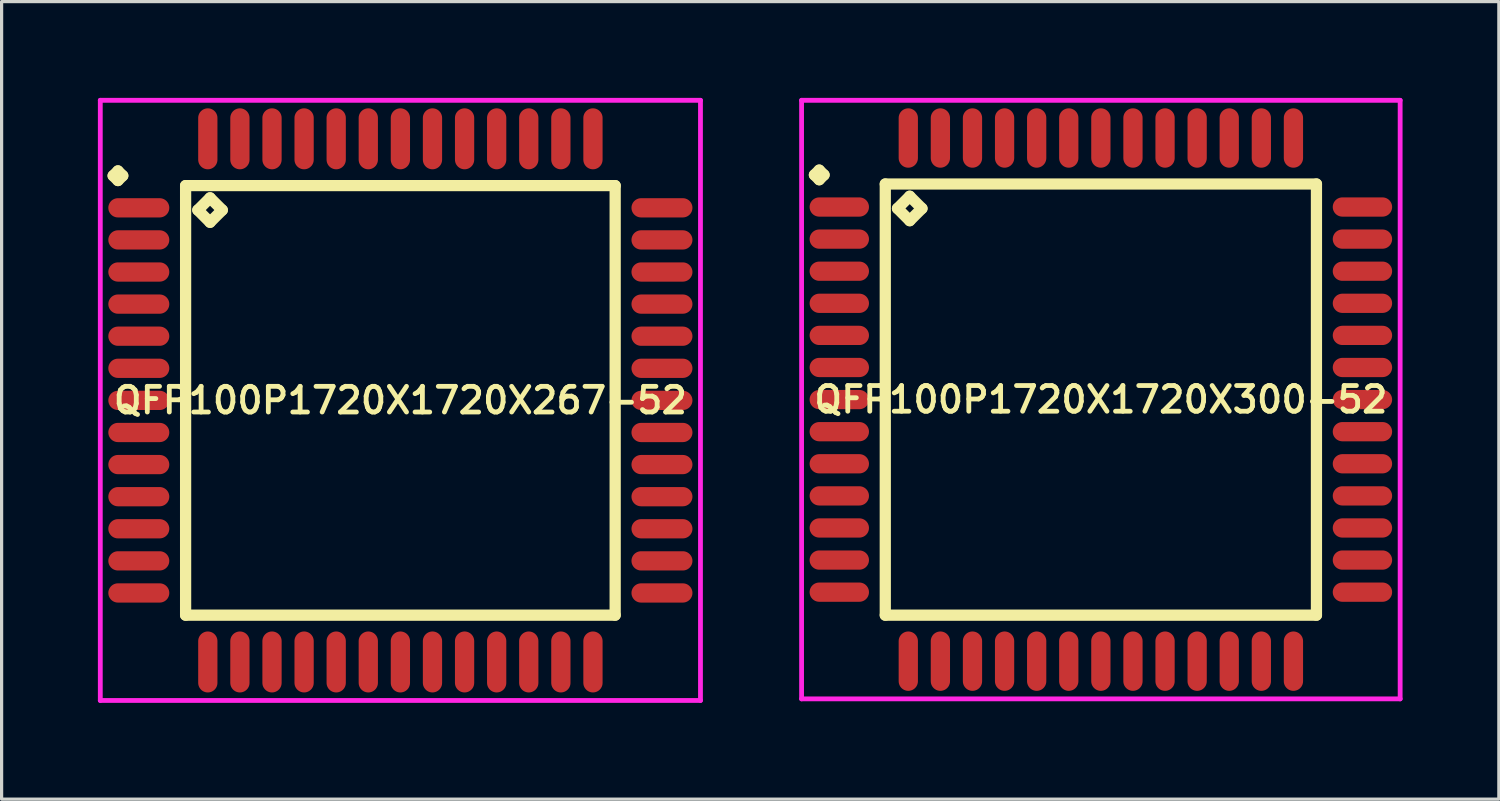
<source format=kicad_pcb>
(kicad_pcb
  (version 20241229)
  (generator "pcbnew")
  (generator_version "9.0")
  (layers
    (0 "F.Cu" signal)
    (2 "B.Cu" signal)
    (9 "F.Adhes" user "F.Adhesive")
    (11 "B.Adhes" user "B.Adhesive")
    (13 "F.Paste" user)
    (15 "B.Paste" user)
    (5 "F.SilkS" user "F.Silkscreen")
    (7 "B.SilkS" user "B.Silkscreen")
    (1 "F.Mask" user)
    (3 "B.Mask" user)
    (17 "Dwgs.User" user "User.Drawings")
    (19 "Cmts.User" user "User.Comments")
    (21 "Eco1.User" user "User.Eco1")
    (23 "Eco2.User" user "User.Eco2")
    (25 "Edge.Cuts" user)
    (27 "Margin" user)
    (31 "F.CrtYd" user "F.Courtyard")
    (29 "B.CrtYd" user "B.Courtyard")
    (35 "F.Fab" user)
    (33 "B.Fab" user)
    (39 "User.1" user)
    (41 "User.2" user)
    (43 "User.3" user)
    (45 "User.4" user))
  (footprint "QFP100P1720X1720X300-52"
    (layer "F.Cu")
    (at 31.25 9.4)
    (property "Reference" "QFP100P1720X1720X300-52" (at 0 0 0) (layer "F.SilkS") (effects (font (size 0.8 0.8) (thickness 0.15))))
    (attr smd)
    (fp_line (start -8.925 -7) (end -8.775 -7.15) (stroke (width 0.35) (type solid)) (layer "F.SilkS"))
    (fp_line (start -8.775 -7.15) (end -8.625 -7) (stroke (width 0.35) (type solid)) (layer "F.SilkS"))
    (fp_line (start -8.775 -6.85) (end -8.925 -7) (stroke (width 0.35) (type solid)) (layer "F.SilkS"))
    (fp_line (start -8.625 -7) (end -8.775 -6.85) (stroke (width 0.35) (type solid)) (layer "F.SilkS"))
    (fp_line (start -6.717 -6.717) (end -6.717 6.717) (stroke (width 0.35) (type solid)) (layer "F.SilkS"))
    (fp_line (start -6.717 6.717) (end 6.717 6.717) (stroke (width 0.35) (type solid)) (layer "F.SilkS"))
    (fp_line (start -6.336 -5.955) (end -5.955 -6.336) (stroke (width 0.35) (type solid)) (layer "F.SilkS"))
    (fp_line (start -5.955 -6.336) (end -5.574 -5.955) (stroke (width 0.35) (type solid)) (layer "F.SilkS"))
    (fp_line (start -5.955 -5.574) (end -6.336 -5.955) (stroke (width 0.35) (type solid)) (layer "F.SilkS"))
    (fp_line (start -5.574 -5.955) (end -5.955 -5.574) (stroke (width 0.35) (type solid)) (layer "F.SilkS"))
    (fp_line (start 6.717 -6.717) (end -6.717 -6.717) (stroke (width 0.35) (type solid)) (layer "F.SilkS"))
    (fp_line (start 6.717 6.717) (end 6.717 -6.717) (stroke (width 0.35) (type solid)) (layer "F.SilkS"))
    (fp_line (start -9.325 -9.325) (end 9.325 -9.325) (stroke (width 0.15) (type solid)) (layer "F.CrtYd"))
    (fp_line (start -9.325 9.325) (end -9.325 -9.325) (stroke (width 0.15) (type solid)) (layer "F.CrtYd"))
    (fp_line (start 9.325 -9.325) (end 9.325 9.325) (stroke (width 0.15) (type solid)) (layer "F.CrtYd"))
    (fp_line (start 9.325 9.325) (end -9.325 9.325) (stroke (width 0.15) (type solid)) (layer "F.CrtYd"))
    (pad "1" smd oval (at -8.15 -6) (size 1.85 0.6) (layers "F.Cu" "F.Mask" "F.Paste"))
    (pad "2" smd oval (at -8.15 -5) (size 1.85 0.6) (layers "F.Cu" "F.Mask" "F.Paste"))
    (pad "3" smd oval (at -8.15 -4) (size 1.85 0.6) (layers "F.Cu" "F.Mask" "F.Paste"))
    (pad "4" smd oval (at -8.15 -3) (size 1.85 0.6) (layers "F.Cu" "F.Mask" "F.Paste"))
    (pad "5" smd oval (at -8.15 -2) (size 1.85 0.6) (layers "F.Cu" "F.Mask" "F.Paste"))
    (pad "6" smd oval (at -8.15 -1) (size 1.85 0.6) (layers "F.Cu" "F.Mask" "F.Paste"))
    (pad "7" smd oval (at -8.15 0) (size 1.85 0.6) (layers "F.Cu" "F.Mask" "F.Paste"))
    (pad "8" smd oval (at -8.15 1) (size 1.85 0.6) (layers "F.Cu" "F.Mask" "F.Paste"))
    (pad "9" smd oval (at -8.15 2) (size 1.85 0.6) (layers "F.Cu" "F.Mask" "F.Paste"))
    (pad "10" smd oval (at -8.15 3) (size 1.85 0.6) (layers "F.Cu" "F.Mask" "F.Paste"))
    (pad "11" smd oval (at -8.15 4) (size 1.85 0.6) (layers "F.Cu" "F.Mask" "F.Paste"))
    (pad "12" smd oval (at -8.15 5) (size 1.85 0.6) (layers "F.Cu" "F.Mask" "F.Paste"))
    (pad "13" smd oval (at -8.15 6) (size 1.85 0.6) (layers "F.Cu" "F.Mask" "F.Paste"))
    (pad "14" smd oval (at -6 8.15) (size 0.6 1.85) (layers "F.Cu" "F.Mask" "F.Paste"))
    (pad "15" smd oval (at -5 8.15) (size 0.6 1.85) (layers "F.Cu" "F.Mask" "F.Paste"))
    (pad "16" smd oval (at -4 8.15) (size 0.6 1.85) (layers "F.Cu" "F.Mask" "F.Paste"))
    (pad "17" smd oval (at -3 8.15) (size 0.6 1.85) (layers "F.Cu" "F.Mask" "F.Paste"))
    (pad "18" smd oval (at -2 8.15) (size 0.6 1.85) (layers "F.Cu" "F.Mask" "F.Paste"))
    (pad "19" smd oval (at -1 8.15) (size 0.6 1.85) (layers "F.Cu" "F.Mask" "F.Paste"))
    (pad "20" smd oval (at 0 8.15) (size 0.6 1.85) (layers "F.Cu" "F.Mask" "F.Paste"))
    (pad "21" smd oval (at 1 8.15) (size 0.6 1.85) (layers "F.Cu" "F.Mask" "F.Paste"))
    (pad "22" smd oval (at 2 8.15) (size 0.6 1.85) (layers "F.Cu" "F.Mask" "F.Paste"))
    (pad "23" smd oval (at 3 8.15) (size 0.6 1.85) (layers "F.Cu" "F.Mask" "F.Paste"))
    (pad "24" smd oval (at 4 8.15) (size 0.6 1.85) (layers "F.Cu" "F.Mask" "F.Paste"))
    (pad "25" smd oval (at 5 8.15) (size 0.6 1.85) (layers "F.Cu" "F.Mask" "F.Paste"))
    (pad "26" smd oval (at 6 8.15) (size 0.6 1.85) (layers "F.Cu" "F.Mask" "F.Paste"))
    (pad "27" smd oval (at 8.15 6) (size 1.85 0.6) (layers "F.Cu" "F.Mask" "F.Paste"))
    (pad "28" smd oval (at 8.15 5) (size 1.85 0.6) (layers "F.Cu" "F.Mask" "F.Paste"))
    (pad "29" smd oval (at 8.15 4) (size 1.85 0.6) (layers "F.Cu" "F.Mask" "F.Paste"))
    (pad "30" smd oval (at 8.15 3) (size 1.85 0.6) (layers "F.Cu" "F.Mask" "F.Paste"))
    (pad "31" smd oval (at 8.15 2) (size 1.85 0.6) (layers "F.Cu" "F.Mask" "F.Paste"))
    (pad "32" smd oval (at 8.15 1) (size 1.85 0.6) (layers "F.Cu" "F.Mask" "F.Paste"))
    (pad "33" smd oval (at 8.15 0) (size 1.85 0.6) (layers "F.Cu" "F.Mask" "F.Paste"))
    (pad "34" smd oval (at 8.15 -1) (size 1.85 0.6) (layers "F.Cu" "F.Mask" "F.Paste"))
    (pad "35" smd oval (at 8.15 -2) (size 1.85 0.6) (layers "F.Cu" "F.Mask" "F.Paste"))
    (pad "36" smd oval (at 8.15 -3) (size 1.85 0.6) (layers "F.Cu" "F.Mask" "F.Paste"))
    (pad "37" smd oval (at 8.15 -4) (size 1.85 0.6) (layers "F.Cu" "F.Mask" "F.Paste"))
    (pad "38" smd oval (at 8.15 -5) (size 1.85 0.6) (layers "F.Cu" "F.Mask" "F.Paste"))
    (pad "39" smd oval (at 8.15 -6) (size 1.85 0.6) (layers "F.Cu" "F.Mask" "F.Paste"))
    (pad "40" smd oval (at 6 -8.15) (size 0.6 1.85) (layers "F.Cu" "F.Mask" "F.Paste"))
    (pad "41" smd oval (at 5 -8.15) (size 0.6 1.85) (layers "F.Cu" "F.Mask" "F.Paste"))
    (pad "42" smd oval (at 4 -8.15) (size 0.6 1.85) (layers "F.Cu" "F.Mask" "F.Paste"))
    (pad "43" smd oval (at 3 -8.15) (size 0.6 1.85) (layers "F.Cu" "F.Mask" "F.Paste"))
    (pad "44" smd oval (at 2 -8.15) (size 0.6 1.85) (layers "F.Cu" "F.Mask" "F.Paste"))
    (pad "45" smd oval (at 1 -8.15) (size 0.6 1.85) (layers "F.Cu" "F.Mask" "F.Paste"))
    (pad "46" smd oval (at 0 -8.15) (size 0.6 1.85) (layers "F.Cu" "F.Mask" "F.Paste"))
    (pad "47" smd oval (at -1 -8.15) (size 0.6 1.85) (layers "F.Cu" "F.Mask" "F.Paste"))
    (pad "48" smd oval (at -2 -8.15) (size 0.6 1.85) (layers "F.Cu" "F.Mask" "F.Paste"))
    (pad "49" smd oval (at -3 -8.15) (size 0.6 1.85) (layers "F.Cu" "F.Mask" "F.Paste"))
    (pad "50" smd oval (at -4 -8.15) (size 0.6 1.85) (layers "F.Cu" "F.Mask" "F.Paste"))
    (pad "51" smd oval (at -5 -8.15) (size 0.6 1.85) (layers "F.Cu" "F.Mask" "F.Paste"))
    (pad "52" smd oval (at -6 -8.15) (size 0.6 1.85) (layers "F.Cu" "F.Mask" "F.Paste")))
  (footprint "QFP100P1720X1720X267-52"
    (layer "F.Cu")
    (at 9.425 9.425)
    (property "Reference" "QFP100P1720X1720X267-52" (at 0 0 0) (layer "F.SilkS") (effects (font (size 0.8 0.8) (thickness 0.15))))
    (attr smd)
    (fp_line (start -8.95 -7) (end -8.8 -7.15) (stroke (width 0.35) (type solid)) (layer "F.SilkS"))
    (fp_line (start -8.8 -7.15) (end -8.65 -7) (stroke (width 0.35) (type solid)) (layer "F.SilkS"))
    (fp_line (start -8.8 -6.85) (end -8.95 -7) (stroke (width 0.35) (type solid)) (layer "F.SilkS"))
    (fp_line (start -8.65 -7) (end -8.8 -6.85) (stroke (width 0.35) (type solid)) (layer "F.SilkS"))
    (fp_line (start -6.692 -6.692) (end -6.692 6.692) (stroke (width 0.35) (type solid)) (layer "F.SilkS"))
    (fp_line (start -6.692 6.692) (end 6.692 6.692) (stroke (width 0.35) (type solid)) (layer "F.SilkS"))
    (fp_line (start -6.311 -5.93) (end -5.93 -6.311) (stroke (width 0.35) (type solid)) (layer "F.SilkS"))
    (fp_line (start -5.93 -6.311) (end -5.549 -5.93) (stroke (width 0.35) (type solid)) (layer "F.SilkS"))
    (fp_line (start -5.93 -5.549) (end -6.311 -5.93) (stroke (width 0.35) (type solid)) (layer "F.SilkS"))
    (fp_line (start -5.549 -5.93) (end -5.93 -5.549) (stroke (width 0.35) (type solid)) (layer "F.SilkS"))
    (fp_line (start 6.692 -6.692) (end -6.692 -6.692) (stroke (width 0.35) (type solid)) (layer "F.SilkS"))
    (fp_line (start 6.692 6.692) (end 6.692 -6.692) (stroke (width 0.35) (type solid)) (layer "F.SilkS"))
    (fp_line (start -9.35 -9.35) (end 9.35 -9.35) (stroke (width 0.15) (type solid)) (layer "F.CrtYd"))
    (fp_line (start -9.35 9.35) (end -9.35 -9.35) (stroke (width 0.15) (type solid)) (layer "F.CrtYd"))
    (fp_line (start 9.35 -9.35) (end 9.35 9.35) (stroke (width 0.15) (type solid)) (layer "F.CrtYd"))
    (fp_line (start 9.35 9.35) (end -9.35 9.35) (stroke (width 0.15) (type solid)) (layer "F.CrtYd"))
    (pad "1" smd oval (at -8.15 -6) (size 1.9 0.6) (layers "F.Cu" "F.Mask" "F.Paste"))
    (pad "2" smd oval (at -8.15 -5) (size 1.9 0.6) (layers "F.Cu" "F.Mask" "F.Paste"))
    (pad "3" smd oval (at -8.15 -4) (size 1.9 0.6) (layers "F.Cu" "F.Mask" "F.Paste"))
    (pad "4" smd oval (at -8.15 -3) (size 1.9 0.6) (layers "F.Cu" "F.Mask" "F.Paste"))
    (pad "5" smd oval (at -8.15 -2) (size 1.9 0.6) (layers "F.Cu" "F.Mask" "F.Paste"))
    (pad "6" smd oval (at -8.15 -1) (size 1.9 0.6) (layers "F.Cu" "F.Mask" "F.Paste"))
    (pad "7" smd oval (at -8.15 0) (size 1.9 0.6) (layers "F.Cu" "F.Mask" "F.Paste"))
    (pad "8" smd oval (at -8.15 1) (size 1.9 0.6) (layers "F.Cu" "F.Mask" "F.Paste"))
    (pad "9" smd oval (at -8.15 2) (size 1.9 0.6) (layers "F.Cu" "F.Mask" "F.Paste"))
    (pad "10" smd oval (at -8.15 3) (size 1.9 0.6) (layers "F.Cu" "F.Mask" "F.Paste"))
    (pad "11" smd oval (at -8.15 4) (size 1.9 0.6) (layers "F.Cu" "F.Mask" "F.Paste"))
    (pad "12" smd oval (at -8.15 5) (size 1.9 0.6) (layers "F.Cu" "F.Mask" "F.Paste"))
    (pad "13" smd oval (at -8.15 6) (size 1.9 0.6) (layers "F.Cu" "F.Mask" "F.Paste"))
    (pad "14" smd oval (at -6 8.15) (size 0.6 1.9) (layers "F.Cu" "F.Mask" "F.Paste"))
    (pad "15" smd oval (at -5 8.15) (size 0.6 1.9) (layers "F.Cu" "F.Mask" "F.Paste"))
    (pad "16" smd oval (at -4 8.15) (size 0.6 1.9) (layers "F.Cu" "F.Mask" "F.Paste"))
    (pad "17" smd oval (at -3 8.15) (size 0.6 1.9) (layers "F.Cu" "F.Mask" "F.Paste"))
    (pad "18" smd oval (at -2 8.15) (size 0.6 1.9) (layers "F.Cu" "F.Mask" "F.Paste"))
    (pad "19" smd oval (at -1 8.15) (size 0.6 1.9) (layers "F.Cu" "F.Mask" "F.Paste"))
    (pad "20" smd oval (at 0 8.15) (size 0.6 1.9) (layers "F.Cu" "F.Mask" "F.Paste"))
    (pad "21" smd oval (at 1 8.15) (size 0.6 1.9) (layers "F.Cu" "F.Mask" "F.Paste"))
    (pad "22" smd oval (at 2 8.15) (size 0.6 1.9) (layers "F.Cu" "F.Mask" "F.Paste"))
    (pad "23" smd oval (at 3 8.15) (size 0.6 1.9) (layers "F.Cu" "F.Mask" "F.Paste"))
    (pad "24" smd oval (at 4 8.15) (size 0.6 1.9) (layers "F.Cu" "F.Mask" "F.Paste"))
    (pad "25" smd oval (at 5 8.15) (size 0.6 1.9) (layers "F.Cu" "F.Mask" "F.Paste"))
    (pad "26" smd oval (at 6 8.15) (size 0.6 1.9) (layers "F.Cu" "F.Mask" "F.Paste"))
    (pad "27" smd oval (at 8.15 6) (size 1.9 0.6) (layers "F.Cu" "F.Mask" "F.Paste"))
    (pad "28" smd oval (at 8.15 5) (size 1.9 0.6) (layers "F.Cu" "F.Mask" "F.Paste"))
    (pad "29" smd oval (at 8.15 4) (size 1.9 0.6) (layers "F.Cu" "F.Mask" "F.Paste"))
    (pad "30" smd oval (at 8.15 3) (size 1.9 0.6) (layers "F.Cu" "F.Mask" "F.Paste"))
    (pad "31" smd oval (at 8.15 2) (size 1.9 0.6) (layers "F.Cu" "F.Mask" "F.Paste"))
    (pad "32" smd oval (at 8.15 1) (size 1.9 0.6) (layers "F.Cu" "F.Mask" "F.Paste"))
    (pad "33" smd oval (at 8.15 0) (size 1.9 0.6) (layers "F.Cu" "F.Mask" "F.Paste"))
    (pad "34" smd oval (at 8.15 -1) (size 1.9 0.6) (layers "F.Cu" "F.Mask" "F.Paste"))
    (pad "35" smd oval (at 8.15 -2) (size 1.9 0.6) (layers "F.Cu" "F.Mask" "F.Paste"))
    (pad "36" smd oval (at 8.15 -3) (size 1.9 0.6) (layers "F.Cu" "F.Mask" "F.Paste"))
    (pad "37" smd oval (at 8.15 -4) (size 1.9 0.6) (layers "F.Cu" "F.Mask" "F.Paste"))
    (pad "38" smd oval (at 8.15 -5) (size 1.9 0.6) (layers "F.Cu" "F.Mask" "F.Paste"))
    (pad "39" smd oval (at 8.15 -6) (size 1.9 0.6) (layers "F.Cu" "F.Mask" "F.Paste"))
    (pad "40" smd oval (at 6 -8.15) (size 0.6 1.9) (layers "F.Cu" "F.Mask" "F.Paste"))
    (pad "41" smd oval (at 5 -8.15) (size 0.6 1.9) (layers "F.Cu" "F.Mask" "F.Paste"))
    (pad "42" smd oval (at 4 -8.15) (size 0.6 1.9) (layers "F.Cu" "F.Mask" "F.Paste"))
    (pad "43" smd oval (at 3 -8.15) (size 0.6 1.9) (layers "F.Cu" "F.Mask" "F.Paste"))
    (pad "44" smd oval (at 2 -8.15) (size 0.6 1.9) (layers "F.Cu" "F.Mask" "F.Paste"))
    (pad "45" smd oval (at 1 -8.15) (size 0.6 1.9) (layers "F.Cu" "F.Mask" "F.Paste"))
    (pad "46" smd oval (at 0 -8.15) (size 0.6 1.9) (layers "F.Cu" "F.Mask" "F.Paste"))
    (pad "47" smd oval (at -1 -8.15) (size 0.6 1.9) (layers "F.Cu" "F.Mask" "F.Paste"))
    (pad "48" smd oval (at -2 -8.15) (size 0.6 1.9) (layers "F.Cu" "F.Mask" "F.Paste"))
    (pad "49" smd oval (at -3 -8.15) (size 0.6 1.9) (layers "F.Cu" "F.Mask" "F.Paste"))
    (pad "50" smd oval (at -4 -8.15) (size 0.6 1.9) (layers "F.Cu" "F.Mask" "F.Paste"))
    (pad "51" smd oval (at -5 -8.15) (size 0.6 1.9) (layers "F.Cu" "F.Mask" "F.Paste"))
    (pad "52" smd oval (at -6 -8.15) (size 0.6 1.9) (layers "F.Cu" "F.Mask" "F.Paste")))
  (gr_rect
    (start -3 -3)
    (end 43.65 21.85)
    (stroke (width 0.1) (type default))
    (fill no)
    (layer "Edge.Cuts")))
</source>
